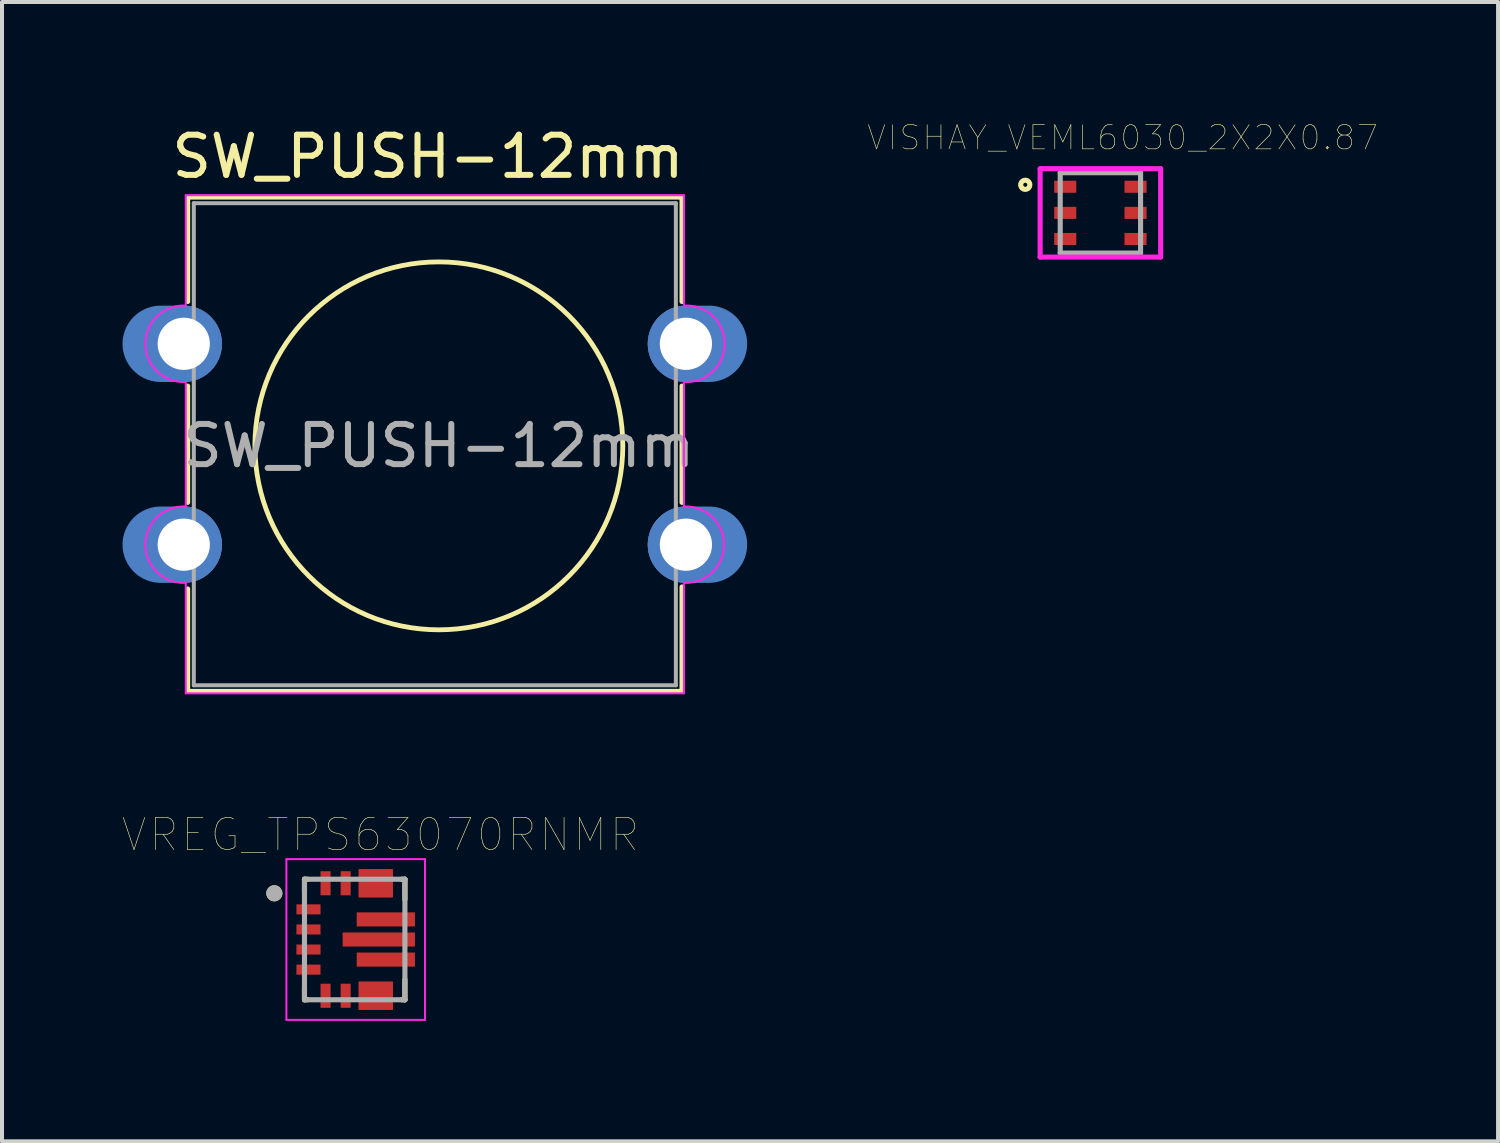
<source format=kicad_pcb>
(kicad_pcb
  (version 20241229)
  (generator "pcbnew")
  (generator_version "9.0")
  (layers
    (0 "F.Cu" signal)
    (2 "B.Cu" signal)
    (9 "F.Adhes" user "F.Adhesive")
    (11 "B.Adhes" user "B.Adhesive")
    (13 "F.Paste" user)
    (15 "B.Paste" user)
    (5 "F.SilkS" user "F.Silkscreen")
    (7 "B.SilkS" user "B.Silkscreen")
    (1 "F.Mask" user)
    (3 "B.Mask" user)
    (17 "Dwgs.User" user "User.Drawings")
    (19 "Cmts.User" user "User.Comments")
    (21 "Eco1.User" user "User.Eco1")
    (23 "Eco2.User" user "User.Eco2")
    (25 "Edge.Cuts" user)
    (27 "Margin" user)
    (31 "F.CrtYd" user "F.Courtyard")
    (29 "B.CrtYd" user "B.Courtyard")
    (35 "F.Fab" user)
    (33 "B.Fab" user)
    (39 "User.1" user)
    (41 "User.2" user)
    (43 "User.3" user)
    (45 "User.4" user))
  (footprint "VREG_TPS63070RNMR"
    (layer "F.Cu")
    (at 5.779 20.336)
    (property "Reference" "VREG_TPS63070RNMR" (at 0.64 -2.608 0) (layer "F.SilkS") (effects (font (size 0.8 0.8) (thickness 0.015))))
    (attr smd)
    (fp_poly (pts (xy -1.5 -0.925) (xy -0.8 -0.925) (xy -0.8 -0.575) (xy -1.5 -0.575)) (stroke (width 0.01) (type solid)) (fill yes) (layer "F.Mask"))
    (fp_poly (pts (xy -1.5 -0.425) (xy -0.8 -0.425) (xy -0.8 -0.075) (xy -1.5 -0.075)) (stroke (width 0.01) (type solid)) (fill yes) (layer "F.Mask"))
    (fp_poly (pts (xy -1.5 0.075) (xy -0.8 0.075) (xy -0.8 0.425) (xy -1.5 0.425)) (stroke (width 0.01) (type solid)) (fill yes) (layer "F.Mask"))
    (fp_poly (pts (xy -1.5 0.575) (xy -0.8 0.575) (xy -0.8 0.925) (xy -1.5 0.925)) (stroke (width 0.01) (type solid)) (fill yes) (layer "F.Mask"))
    (fp_poly (pts (xy -0.9 -1.75) (xy -0.55 -1.75) (xy -0.55 -1.05) (xy -0.9 -1.05)) (stroke (width 0.01) (type solid)) (fill yes) (layer "F.Mask"))
    (fp_poly (pts (xy -0.9 1.05) (xy -0.55 1.05) (xy -0.55 1.75) (xy -0.9 1.75)) (stroke (width 0.01) (type solid)) (fill yes) (layer "F.Mask"))
    (fp_poly (pts (xy -0.4 -1.75) (xy -0.05 -1.75) (xy -0.05 -1.05) (xy -0.4 -1.05)) (stroke (width 0.01) (type solid)) (fill yes) (layer "F.Mask"))
    (fp_poly (pts (xy -0.4 1.05) (xy -0.05 1.05) (xy -0.05 1.75) (xy -0.4 1.75)) (stroke (width 0.01) (type solid)) (fill yes) (layer "F.Mask"))
    (fp_poly (pts (xy -0.29 -0.155) (xy 1.49 -0.155) (xy 1.49 0.155) (xy -0.29 0.155)) (stroke (width 0.01) (type solid)) (fill yes) (layer "F.Mask"))
    (fp_poly (pts (xy 0.1 -0.665) (xy 1.45 -0.665) (xy 1.45 -0.345) (xy 0.1 -0.345)) (stroke (width 0.01) (type solid)) (fill yes) (layer "F.Mask"))
    (fp_poly (pts (xy 0.1 0.345) (xy 1.45 0.345) (xy 1.45 0.665) (xy 0.1 0.665)) (stroke (width 0.01) (type solid)) (fill yes) (layer "F.Mask"))
    (fp_poly (pts (xy 0.1 0.375) (xy 1.45 0.375) (xy 1.45 0.625) (xy 0.1 0.625)) (stroke (width 0.01) (type solid)) (fill yes) (layer "F.Mask"))
    (fp_poly (pts (xy 0.13 1.08) (xy 0.92 1.08) (xy 0.92 1.7) (xy 0.65 1.7) (xy 0.65 1.35) (xy 0.4 1.35) (xy 0.4 1.7) (xy 0.13 1.7)) (stroke (width 0.01) (type solid)) (fill yes) (layer "F.Mask"))
    (fp_poly (pts (xy 0.92 -1.08) (xy 0.13 -1.08) (xy 0.13 -1.7) (xy 0.4 -1.7) (xy 0.4 -1.35) (xy 0.65 -1.35) (xy 0.65 -1.7) (xy 0.92 -1.7)) (stroke (width 0.01) (type solid)) (fill yes) (layer "F.Mask"))
    (fp_line (start -1.25 -1.5) (end -1.25 -1.195) (stroke (width 0.127) (type solid)) (layer "F.SilkS"))
    (fp_line (start -1.25 1.5) (end -1.25 1.195) (stroke (width 0.127) (type solid)) (layer "F.SilkS"))
    (fp_line (start -1.17 -1.5) (end -1.25 -1.5) (stroke (width 0.127) (type solid)) (layer "F.SilkS"))
    (fp_line (start -1.17 1.5) (end -1.25 1.5) (stroke (width 0.127) (type solid)) (layer "F.SilkS"))
    (fp_line (start 1.17 -1.5) (end 1.25 -1.5) (stroke (width 0.127) (type solid)) (layer "F.SilkS"))
    (fp_line (start 1.25 -1.5) (end 1.25 -0.995) (stroke (width 0.127) (type solid)) (layer "F.SilkS"))
    (fp_line (start 1.25 0.995) (end 1.25 1.5) (stroke (width 0.127) (type solid)) (layer "F.SilkS"))
    (fp_line (start 1.25 1.5) (end 1.17 1.5) (stroke (width 0.127) (type solid)) (layer "F.SilkS"))
    (fp_circle (center -2 -1.15) (end -1.9 -1.15) (stroke (width 0.2) (type solid)) (fill no) (layer "F.SilkS"))
    (fp_poly (pts (xy -0.22 -0.125) (xy 0.5 -0.125) (xy 0.5 0.125) (xy -0.22 0.125)) (stroke (width 0.01) (type solid)) (fill yes) (layer "F.Paste"))
    (fp_poly (pts (xy 0.101 -0.625) (xy 0.65 -0.625) (xy 0.65 -0.375) (xy 0.101 -0.375)) (stroke (width 0.01) (type solid)) (fill yes) (layer "F.Paste"))
    (fp_poly (pts (xy 0.101 0.375) (xy 0.675 0.375) (xy 0.675 0.625) (xy 0.101 0.625)) (stroke (width 0.01) (type solid)) (fill yes) (layer "F.Paste"))
    (fp_poly (pts (xy 0.7 -0.125) (xy 1.42 -0.125) (xy 1.42 0.125) (xy 0.7 0.125)) (stroke (width 0.01) (type solid)) (fill yes) (layer "F.Paste"))
    (fp_poly (pts (xy 0.875 -0.625) (xy 1.45 -0.625) (xy 1.45 -0.375) (xy 0.875 -0.375)) (stroke (width 0.01) (type solid)) (fill yes) (layer "F.Paste"))
    (fp_poly (pts (xy 0.875 0.375) (xy 1.45 0.375) (xy 1.45 0.625) (xy 0.875 0.625)) (stroke (width 0.01) (type solid)) (fill yes) (layer "F.Paste"))
    (fp_poly (pts (xy 0.15 1.1) (xy 0.9 1.1) (xy 0.9 1.7) (xy 0.65 1.7) (xy 0.65 1.35) (xy 0.4 1.35) (xy 0.4 1.7) (xy 0.15 1.7)) (stroke (width 0.01) (type solid)) (fill yes) (layer "F.Paste"))
    (fp_poly (pts (xy 0.9 -1.1) (xy 0.15 -1.1) (xy 0.15 -1.7) (xy 0.4 -1.7) (xy 0.4 -1.35) (xy 0.65 -1.35) (xy 0.65 -1.7) (xy 0.9 -1.7)) (stroke (width 0.01) (type solid)) (fill yes) (layer "F.Paste"))
    (fp_line (start -1.7 -2) (end 1.75 -2) (stroke (width 0.05) (type solid)) (layer "F.CrtYd"))
    (fp_line (start -1.7 2) (end -1.7 -2) (stroke (width 0.05) (type solid)) (layer "F.CrtYd"))
    (fp_line (start 1.75 -2) (end 1.75 2) (stroke (width 0.05) (type solid)) (layer "F.CrtYd"))
    (fp_line (start 1.75 2) (end -1.7 2) (stroke (width 0.05) (type solid)) (layer "F.CrtYd"))
    (fp_line (start -1.25 -1.5) (end 1.25 -1.5) (stroke (width 0.127) (type solid)) (layer "F.Fab"))
    (fp_line (start -1.25 1.5) (end -1.25 -1.5) (stroke (width 0.127) (type solid)) (layer "F.Fab"))
    (fp_line (start 1.25 -1.5) (end 1.25 1.5) (stroke (width 0.127) (type solid)) (layer "F.Fab"))
    (fp_line (start 1.25 1.5) (end -1.25 1.5) (stroke (width 0.127) (type solid)) (layer "F.Fab"))
    (fp_circle (center -2 -1.15) (end -1.9 -1.15) (stroke (width 0.2) (type solid)) (fill no) (layer "F.Fab"))
    (pad "1" smd rect (at -1.15 -0.75) (size 0.6 0.25) (layers "F.Cu" "F.Paste"))
    (pad "2" smd rect (at -1.15 -0.25) (size 0.6 0.25) (layers "F.Cu" "F.Paste"))
    (pad "3" smd rect (at -1.15 0.25) (size 0.6 0.25) (layers "F.Cu" "F.Paste"))
    (pad "4" smd rect (at -1.15 0.75) (size 0.6 0.25) (layers "F.Cu" "F.Paste"))
    (pad "5" smd rect (at -0.725 1.4) (size 0.25 0.6) (layers "F.Cu" "F.Paste"))
    (pad "6" smd rect (at -0.225 1.4) (size 0.25 0.6) (layers "F.Cu" "F.Paste"))
    (pad "7" smd rect (at 0.525 1.4) (size 0.85 0.7) (layers "F.Cu"))
    (pad "8" smd rect (at 0.525 1.4) (size 0.85 0.7) (layers "F.Cu"))
    (pad "9" smd rect (at 0.775 0.5) (size 1.45 0.35) (layers "F.Cu"))
    (pad "10" smd rect (at 0.6 0) (size 1.8 0.35) (layers "F.Cu"))
    (pad "11" smd rect (at 0.775 -0.5) (size 1.45 0.35) (layers "F.Cu"))
    (pad "12" smd rect (at 0.525 -1.4) (size 0.85 0.7) (layers "F.Cu"))
    (pad "13" smd rect (at 0.525 -1.4) (size 0.85 0.7) (layers "F.Cu"))
    (pad "14" smd rect (at -0.225 -1.4) (size 0.25 0.6) (layers "F.Cu" "F.Paste"))
    (pad "15" smd rect (at -0.725 -1.4) (size 0.25 0.6) (layers "F.Cu" "F.Paste")))
  (footprint "VISHAY_VEML6030_2X2X0.87"
    (layer "F.Cu")
    (at 24.341 2.249)
    (property "Reference" "VISHAY_VEML6030_2X2X0.87" (at 0.553 -1.871 0) (layer "F.SilkS") (effects (font (size 0.601 0.601) (thickness 0.015))))
    (attr smd)
    (fp_circle (center -1.87 -0.699) (end -1.82 -0.699) (stroke (width 0.127) (type solid)) (fill no) (layer "F.SilkS"))
    (fp_line (start -1.5 -1.1) (end 1.5 -1.1) (stroke (width 0.127) (type solid)) (layer "F.CrtYd"))
    (fp_line (start -1.5 1.1) (end -1.5 -1.1) (stroke (width 0.127) (type solid)) (layer "F.CrtYd"))
    (fp_line (start 1.5 -1.1) (end 1.5 1.1) (stroke (width 0.127) (type solid)) (layer "F.CrtYd"))
    (fp_line (start 1.5 1.1) (end -1.5 1.1) (stroke (width 0.127) (type solid)) (layer "F.CrtYd"))
    (fp_line (start -1 -1) (end 1 -1) (stroke (width 0.127) (type solid)) (layer "F.Fab"))
    (fp_line (start -1 1) (end -1 -1) (stroke (width 0.127) (type solid)) (layer "F.Fab"))
    (fp_line (start 1 -1) (end 1 1) (stroke (width 0.127) (type solid)) (layer "F.Fab"))
    (fp_line (start 1 1) (end -1 1) (stroke (width 0.127) (type solid)) (layer "F.Fab"))
    (pad "1" smd rect (at -0.875 -0.65) (size 0.55 0.3) (layers "F.Cu" "F.Mask" "F.Paste"))
    (pad "2" smd rect (at -0.875 0) (size 0.55 0.3) (layers "F.Cu" "F.Mask" "F.Paste"))
    (pad "3" smd rect (at -0.875 0.65) (size 0.55 0.3) (layers "F.Cu" "F.Mask" "F.Paste"))
    (pad "4" smd rect (at 0.875 0.65) (size 0.55 0.3) (layers "F.Cu" "F.Mask" "F.Paste"))
    (pad "5" smd rect (at 0.875 0) (size 0.55 0.3) (layers "F.Cu" "F.Mask" "F.Paste"))
    (pad "6" smd rect (at 0.875 -0.65) (size 0.55 0.3) (layers "F.Cu" "F.Mask" "F.Paste")))
  (footprint "SW_PUSH-12mm"
    (layer "F.Cu")
    (at 1.524 5.508)
    (property "Reference" "SW_PUSH-12mm" (at 6.08 -4.66 0) (layer "F.SilkS") (effects (font (size 1 1) (thickness 0.15))))
    (attr through_hole)
    (fp_line (start 0.1 -3.65) (end 12.4 -3.65) (stroke (width 0.12) (type solid)) (layer "F.SilkS"))
    (fp_line (start 0.1 -1.05) (end 0.1 -3.65) (stroke (width 0.12) (type solid)) (layer "F.SilkS"))
    (fp_line (start 0.1 3.95) (end 0.1 1.05) (stroke (width 0.12) (type solid)) (layer "F.SilkS"))
    (fp_line (start 0.1 8.65) (end 0.1 6.1) (stroke (width 0.12) (type solid)) (layer "F.SilkS"))
    (fp_line (start 12.4 -3.65) (end 12.4 -1.05) (stroke (width 0.12) (type solid)) (layer "F.SilkS"))
    (fp_line (start 12.4 1.05) (end 12.4 3.95) (stroke (width 0.12) (type solid)) (layer "F.SilkS"))
    (fp_line (start 12.4 6.05) (end 12.4 8.65) (stroke (width 0.12) (type solid)) (layer "F.SilkS"))
    (fp_line (start 12.4 8.65) (end 0.1 8.65) (stroke (width 0.12) (type solid)) (layer "F.SilkS"))
    (fp_circle (center 6.35 2.54) (end 10.16 5.08) (stroke (width 0.12) (type solid)) (fill no) (layer "F.SilkS"))
    (fp_line (start 0.05 -3.7) (end 0.05 -0.95) (stroke (width 0.05) (type solid)) (layer "F.CrtYd"))
    (fp_line (start 0.05 -3.7) (end 12.45 -3.7) (stroke (width 0.05) (type solid)) (layer "F.CrtYd"))
    (fp_line (start 0.05 0.95) (end 0.05 4.05) (stroke (width 0.05) (type solid)) (layer "F.CrtYd"))
    (fp_line (start 0.05 5.95) (end 0.05 8.7) (stroke (width 0.05) (type solid)) (layer "F.CrtYd"))
    (fp_line (start 12.45 -3.7) (end 12.45 -0.95) (stroke (width 0.05) (type solid)) (layer "F.CrtYd"))
    (fp_line (start 12.45 0.95) (end 12.45 4.05) (stroke (width 0.05) (type solid)) (layer "F.CrtYd"))
    (fp_line (start 12.45 5.95) (end 12.45 8.7) (stroke (width 0.05) (type solid)) (layer "F.CrtYd"))
    (fp_line (start 12.45 8.7) (end 0.05 8.7) (stroke (width 0.05) (type solid)) (layer "F.CrtYd"))
    (fp_arc (start 0.05 0.95) (mid -0.955609 0) (end 0.05 -0.95) (stroke (width 0.05) (type solid)) (layer "F.CrtYd"))
    (fp_arc (start 0.05 5.95) (mid -0.955706 5) (end 0.05 4.05) (stroke (width 0.05) (type solid)) (layer "F.CrtYd"))
    (fp_arc (start 12.45 -0.95) (mid 13.46368 0) (end 12.45 0.95) (stroke (width 0.05) (type solid)) (layer "F.CrtYd"))
    (fp_arc (start 12.45 4.05) (mid 13.449747 5) (end 12.45 5.95) (stroke (width 0.05) (type solid)) (layer "F.CrtYd"))
    (fp_line (start 0.25 -3.5) (end 0.25 8.5) (stroke (width 0.1) (type solid)) (layer "F.Fab"))
    (fp_line (start 0.25 -3.5) (end 12.25 -3.5) (stroke (width 0.1) (type solid)) (layer "F.Fab"))
    (fp_line (start 0.25 8.5) (end 12.25 8.5) (stroke (width 0.1) (type solid)) (layer "F.Fab"))
    (fp_line (start 12.25 -3.5) (end 12.25 8.5) (stroke (width 0.1) (type solid)) (layer "F.Fab"))
    (fp_text user "${REFERENCE}" (at 6.35 2.54 0) (layer "F.Fab") (effects (font (size 1 1) (thickness 0.15))))
    (pad "1" thru_hole circle (at 0 0) (size 1.9 1.9) (drill 1.3) (layers "*.Cu" "*.Mask"))
    (pad "1" smd oval (at 0 0) (size 2.474 1.9) (drill (offset -0.287 0)) (layers "B.Cu" "B.Mask"))
    (pad "1" thru_hole circle (at 12.5 0) (size 1.9 1.9) (drill 1.3) (layers "*.Cu" "*.Mask"))
    (pad "1" smd oval (at 12.5 0) (size 2.474 1.9) (drill (offset 0.287 0)) (layers "B.Cu" "B.Mask"))
    (pad "2" thru_hole circle (at 0 5) (size 1.9 1.9) (drill 1.3) (layers "*.Cu" "*.Mask"))
    (pad "2" smd oval (at 0 5) (size 2.474 1.9) (drill (offset -0.287 0)) (layers "B.Cu" "B.Mask"))
    (pad "2" thru_hole circle (at 12.5 5) (size 1.9 1.9) (drill 1.3) (layers "*.Cu" "*.Mask"))
    (pad "2" smd oval (at 12.5 5) (size 2.474 1.9) (drill (offset 0.287 0)) (layers "B.Cu" "B.Mask")))
  (gr_rect
    (start -3 -3)
    (end 34.24 25.361)
    (stroke (width 0.1) (type default))
    (fill no)
    (layer "Edge.Cuts")))
</source>
